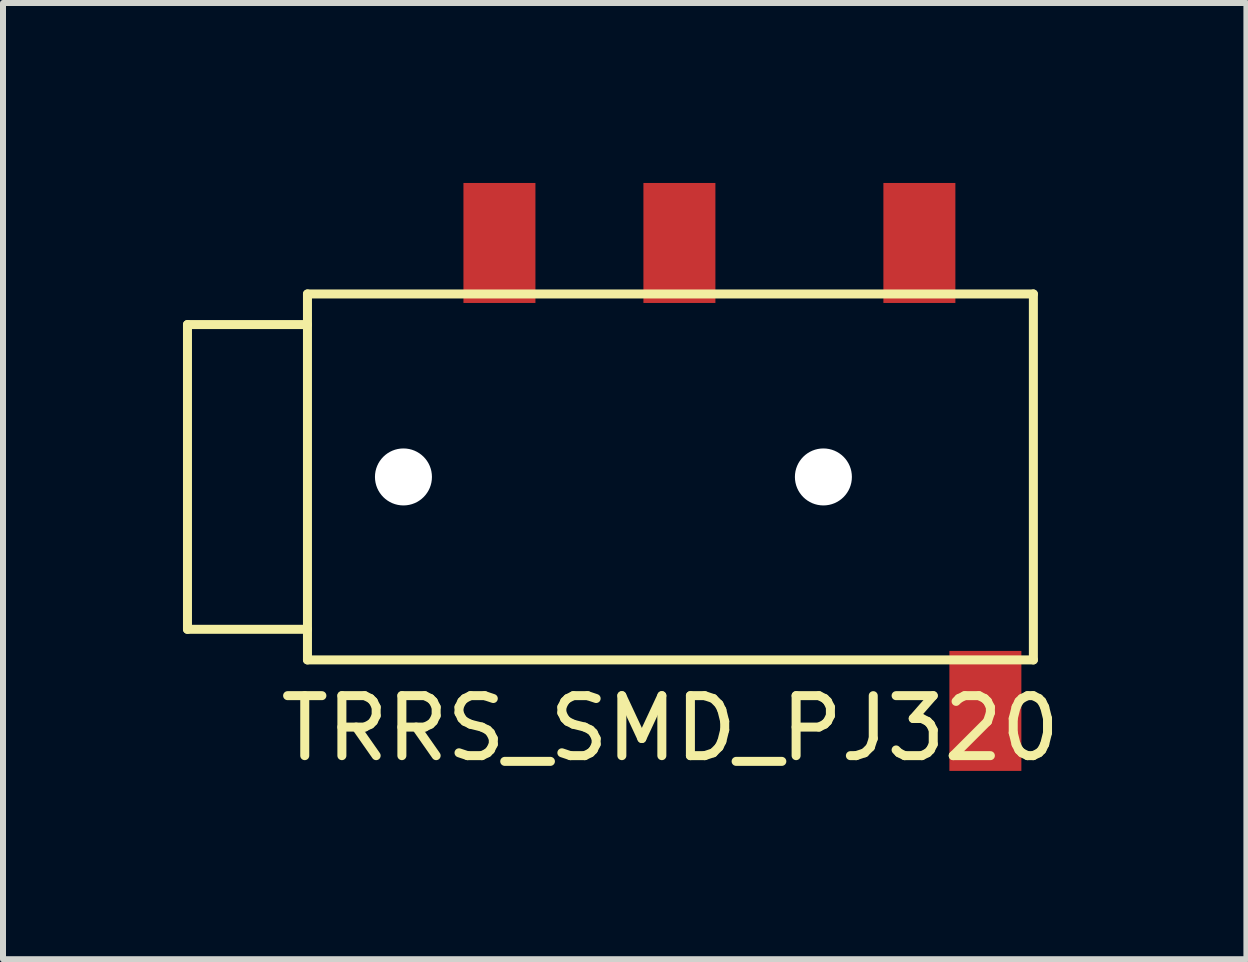
<source format=kicad_pcb>
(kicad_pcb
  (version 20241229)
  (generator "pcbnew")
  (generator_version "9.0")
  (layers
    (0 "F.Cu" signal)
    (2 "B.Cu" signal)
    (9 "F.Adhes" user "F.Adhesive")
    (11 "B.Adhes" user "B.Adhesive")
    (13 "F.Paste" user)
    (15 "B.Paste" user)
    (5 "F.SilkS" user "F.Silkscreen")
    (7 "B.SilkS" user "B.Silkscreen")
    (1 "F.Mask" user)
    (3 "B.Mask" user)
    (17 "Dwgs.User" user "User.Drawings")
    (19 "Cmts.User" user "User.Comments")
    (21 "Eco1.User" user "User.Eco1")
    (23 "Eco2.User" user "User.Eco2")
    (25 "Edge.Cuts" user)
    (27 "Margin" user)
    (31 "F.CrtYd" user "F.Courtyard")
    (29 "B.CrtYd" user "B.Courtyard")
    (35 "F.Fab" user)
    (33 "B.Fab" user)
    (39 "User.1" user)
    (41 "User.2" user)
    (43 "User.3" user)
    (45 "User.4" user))
  (footprint "TRRS_SMD_PJ320"
    (layer "F.Cu")
    (at 8.125 4.9)
    (property "Reference" "TRRS_SMD_PJ320" (at 0 4.191 0) (layer "F.SilkS") (effects (font (size 1 1) (thickness 0.15))))
    (attr through_hole)
    (fp_line (start -8.05 -2.54) (end -8.05 2.54) (stroke (width 0.15) (type solid)) (layer "F.SilkS"))
    (fp_line (start -8.05 2.54) (end -6.05 2.54) (stroke (width 0.15) (type solid)) (layer "F.SilkS"))
    (fp_line (start -6.05 -3.05) (end 6.05 -3.05) (stroke (width 0.15) (type solid)) (layer "F.SilkS"))
    (fp_line (start -6.05 -2.54) (end -8.05 -2.54) (stroke (width 0.15) (type solid)) (layer "F.SilkS"))
    (fp_line (start -6.05 3.05) (end -6.05 -3.05) (stroke (width 0.15) (type solid)) (layer "F.SilkS"))
    (fp_line (start 6.05 -3.05) (end 6.05 3.05) (stroke (width 0.15) (type solid)) (layer "F.SilkS"))
    (fp_line (start 6.05 3.05) (end -6.05 3.05) (stroke (width 0.15) (type solid)) (layer "F.SilkS"))
    (pad "" np_thru_hole circle (at -4.45 0) (size 0.95 0.95) (drill 0.95) (layers "*.Cu" "*.Mask"))
    (pad "" np_thru_hole circle (at 2.55 0) (size 0.95 0.95) (drill 0.95) (layers "*.Cu" "*.Mask"))
    (pad "R1" smd rect (at 0.15 -3.9) (size 1.2 2) (layers "F.Cu" "F.Mask" "F.Paste"))
    (pad "R2" smd rect (at -2.85 -3.9) (size 1.2 2) (layers "F.Cu" "F.Mask" "F.Paste"))
    (pad "S" smd rect (at 5.25 3.9) (size 1.2 2) (layers "F.Cu" "F.Mask" "F.Paste"))
    (pad "T" smd rect (at 4.15 -3.9) (size 1.2 2) (layers "F.Cu" "F.Mask" "F.Paste")))
  (gr_rect
    (start -3 -3)
    (end 17.726 12.939)
    (stroke (width 0.1) (type default))
    (fill no)
    (layer "Edge.Cuts")))
</source>
